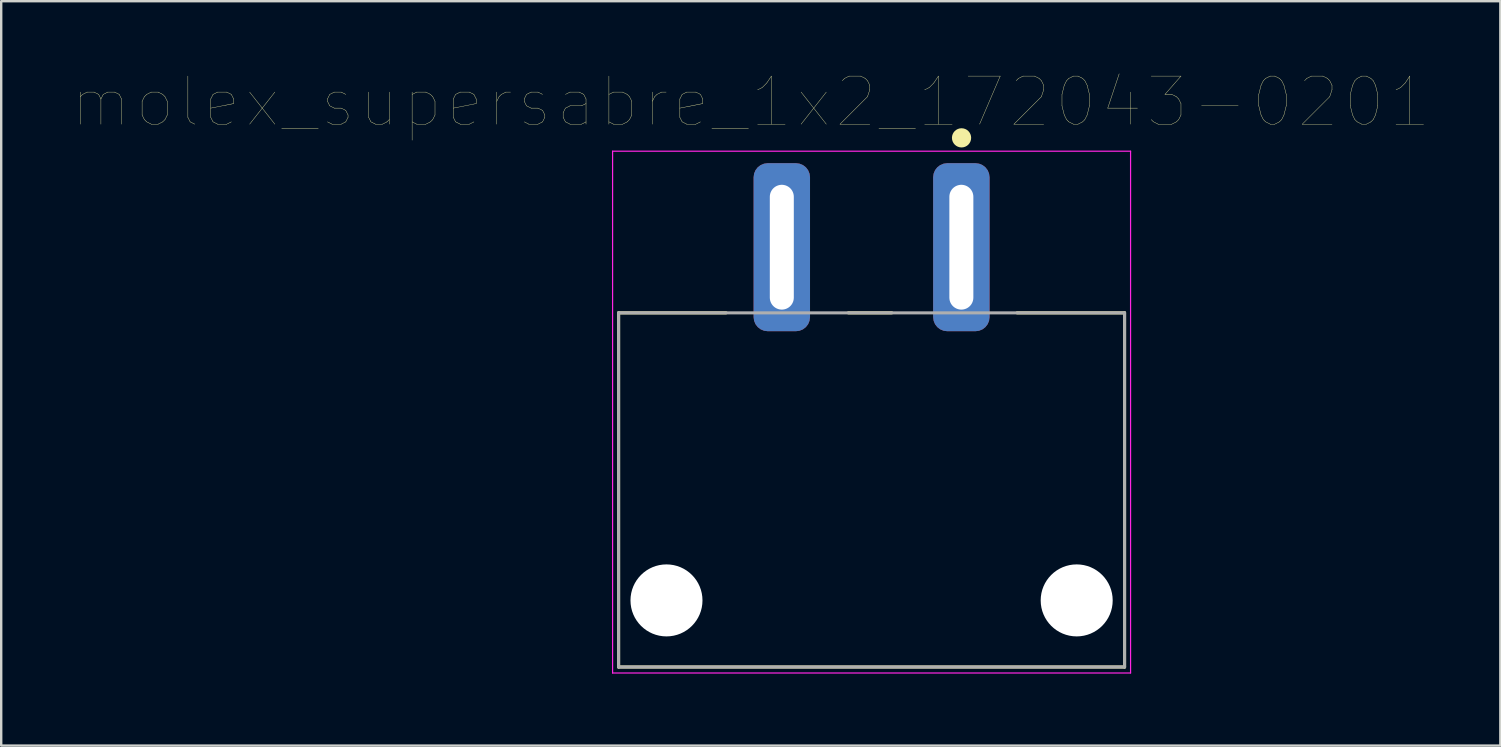
<source format=kicad_pcb>
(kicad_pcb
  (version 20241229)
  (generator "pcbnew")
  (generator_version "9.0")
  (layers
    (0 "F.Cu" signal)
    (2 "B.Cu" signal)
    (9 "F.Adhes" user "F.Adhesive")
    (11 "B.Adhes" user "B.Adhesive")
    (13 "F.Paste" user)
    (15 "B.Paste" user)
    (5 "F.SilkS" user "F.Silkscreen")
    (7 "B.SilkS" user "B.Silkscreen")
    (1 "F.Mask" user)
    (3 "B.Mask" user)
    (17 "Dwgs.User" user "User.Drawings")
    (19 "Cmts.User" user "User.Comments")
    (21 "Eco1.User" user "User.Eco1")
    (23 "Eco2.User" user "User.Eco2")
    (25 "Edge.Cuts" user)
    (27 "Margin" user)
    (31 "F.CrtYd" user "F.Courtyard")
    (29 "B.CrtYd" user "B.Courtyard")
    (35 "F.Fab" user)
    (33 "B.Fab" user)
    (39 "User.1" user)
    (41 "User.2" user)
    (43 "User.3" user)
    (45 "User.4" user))
  (footprint "molex_supersabre_1x2_172043-0201"
    (layer "F.Cu")
    (at 33.262 7.249)
    (property "Reference" "molex_supersabre_1x2_172043-0201" (at -5.033 -6.052 0) (layer "F.SilkS") (effects (font (size 2.002 2.002) (thickness 0.015))))
    (attr through_hole)
    (fp_line (start -10.54 2.735) (end -6.06 2.735) (stroke (width 0.127) (type solid)) (layer "F.SilkS"))
    (fp_line (start -10.54 17.49) (end -10.54 2.735) (stroke (width 0.127) (type solid)) (layer "F.SilkS"))
    (fp_line (start -0.97 2.735) (end 0.843 2.735) (stroke (width 0.127) (type solid)) (layer "F.SilkS"))
    (fp_line (start 6.06 2.735) (end 10.54 2.735) (stroke (width 0.127) (type solid)) (layer "F.SilkS"))
    (fp_line (start 10.54 2.735) (end 10.54 17.49) (stroke (width 0.127) (type solid)) (layer "F.SilkS"))
    (fp_line (start 10.54 17.49) (end -10.54 17.49) (stroke (width 0.127) (type solid)) (layer "F.SilkS"))
    (fp_circle (center 3.748 -4.556) (end 3.948 -4.556) (stroke (width 0.4) (type solid)) (fill no) (layer "F.SilkS"))
    (fp_line (start -10.79 -4) (end 10.79 -4) (stroke (width 0.05) (type solid)) (layer "F.CrtYd"))
    (fp_line (start -10.79 17.74) (end -10.79 -4) (stroke (width 0.05) (type solid)) (layer "F.CrtYd"))
    (fp_line (start 10.79 -4) (end 10.79 17.74) (stroke (width 0.05) (type solid)) (layer "F.CrtYd"))
    (fp_line (start 10.79 17.74) (end -10.79 17.74) (stroke (width 0.05) (type solid)) (layer "F.CrtYd"))
    (fp_line (start -10.54 2.735) (end -10.54 17.49) (stroke (width 0.127) (type solid)) (layer "F.Fab"))
    (fp_line (start -10.54 17.49) (end 10.54 17.49) (stroke (width 0.127) (type solid)) (layer "F.Fab"))
    (fp_line (start 10.54 2.735) (end -10.54 2.735) (stroke (width 0.127) (type solid)) (layer "F.Fab"))
    (fp_line (start 10.54 17.49) (end 10.54 2.735) (stroke (width 0.127) (type solid)) (layer "F.Fab"))
    (pad "" np_thru_hole circle (at -8.545 14.715) (size 3 3) (drill 3) (layers "*.Cu" "*.Mask"))
    (pad "" np_thru_hole circle (at 8.545 14.715) (size 3 3) (drill 3) (layers "*.Cu" "*.Mask"))
    (pad "1" thru_hole roundrect (at -3.74 0) (size 2.35 7) (drill oval 1 5.2) (layers "*.Cu" "*.Mask") (roundrect_rratio 0.25))
    (pad "2" thru_hole roundrect (at 3.74 0) (size 2.35 7) (drill oval 1 5.2) (layers "*.Cu" "*.Mask") (roundrect_rratio 0.25)))
  (gr_rect
    (start -3 -3)
    (end 59.458 28.014)
    (stroke (width 0.1) (type default))
    (fill no)
    (layer "Edge.Cuts")))
</source>
